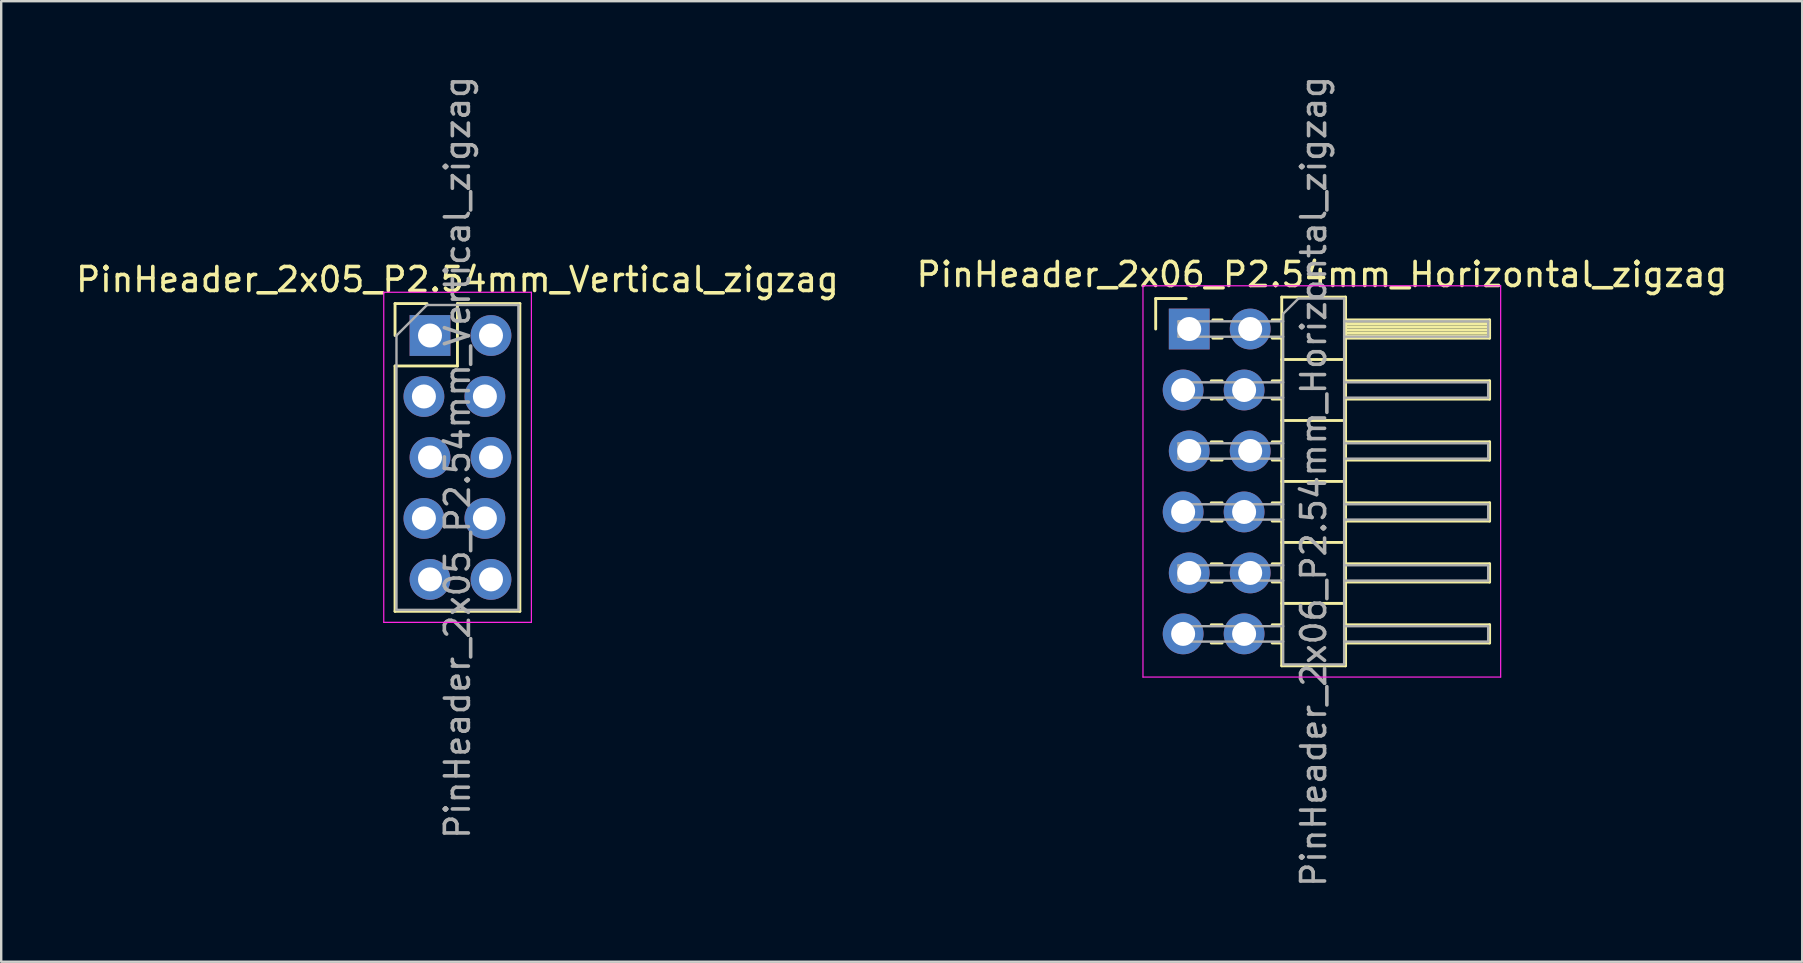
<source format=kicad_pcb>
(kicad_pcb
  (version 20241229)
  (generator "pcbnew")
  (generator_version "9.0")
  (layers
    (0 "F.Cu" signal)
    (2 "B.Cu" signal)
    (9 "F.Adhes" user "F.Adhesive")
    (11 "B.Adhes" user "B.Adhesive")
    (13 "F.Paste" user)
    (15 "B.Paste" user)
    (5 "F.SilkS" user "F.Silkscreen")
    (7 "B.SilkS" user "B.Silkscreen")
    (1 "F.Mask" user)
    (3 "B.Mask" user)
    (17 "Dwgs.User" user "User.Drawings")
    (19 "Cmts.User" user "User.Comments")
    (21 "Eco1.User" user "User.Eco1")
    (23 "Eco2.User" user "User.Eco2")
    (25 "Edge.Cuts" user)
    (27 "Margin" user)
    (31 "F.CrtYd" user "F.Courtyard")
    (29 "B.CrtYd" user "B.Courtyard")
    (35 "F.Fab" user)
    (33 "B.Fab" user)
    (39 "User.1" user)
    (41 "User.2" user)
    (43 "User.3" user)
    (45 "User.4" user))
  (footprint "PinHeader_2x06_P2.54mm_Horizontal_zigzag"
    (layer "F.Cu")
    (at 46.363 10.656)
    (property "Reference" "PinHeader_2x06_P2.54mm_Horizontal_zigzag" (at 5.655 -2.27 0) (layer "F.SilkS") (effects (font (size 1 1) (thickness 0.15))))
    (attr through_hole)
    (fp_line (start -1.27 -1.27) (end 0 -1.27) (stroke (width 0.12) (type solid)) (layer "F.SilkS"))
    (fp_line (start -1.27 0) (end -1.27 -1.27) (stroke (width 0.12) (type solid)) (layer "F.SilkS"))
    (fp_line (start 1.043 2.16) (end 1.497 2.16) (stroke (width 0.12) (type solid)) (layer "F.SilkS"))
    (fp_line (start 1.043 2.92) (end 1.497 2.92) (stroke (width 0.12) (type solid)) (layer "F.SilkS"))
    (fp_line (start 1.043 4.7) (end 1.497 4.7) (stroke (width 0.12) (type solid)) (layer "F.SilkS"))
    (fp_line (start 1.043 5.46) (end 1.497 5.46) (stroke (width 0.12) (type solid)) (layer "F.SilkS"))
    (fp_line (start 1.043 7.24) (end 1.497 7.24) (stroke (width 0.12) (type solid)) (layer "F.SilkS"))
    (fp_line (start 1.043 8) (end 1.497 8) (stroke (width 0.12) (type solid)) (layer "F.SilkS"))
    (fp_line (start 1.043 9.78) (end 1.497 9.78) (stroke (width 0.12) (type solid)) (layer "F.SilkS"))
    (fp_line (start 1.043 10.54) (end 1.497 10.54) (stroke (width 0.12) (type solid)) (layer "F.SilkS"))
    (fp_line (start 1.043 12.32) (end 1.497 12.32) (stroke (width 0.12) (type solid)) (layer "F.SilkS"))
    (fp_line (start 1.043 13.08) (end 1.497 13.08) (stroke (width 0.12) (type solid)) (layer "F.SilkS"))
    (fp_line (start 1.11 -0.38) (end 1.497 -0.38) (stroke (width 0.12) (type solid)) (layer "F.SilkS"))
    (fp_line (start 1.11 0.38) (end 1.497 0.38) (stroke (width 0.12) (type solid)) (layer "F.SilkS"))
    (fp_line (start 3.583 -0.38) (end 3.98 -0.38) (stroke (width 0.12) (type solid)) (layer "F.SilkS"))
    (fp_line (start 3.583 0.38) (end 3.98 0.38) (stroke (width 0.12) (type solid)) (layer "F.SilkS"))
    (fp_line (start 3.583 2.16) (end 3.98 2.16) (stroke (width 0.12) (type solid)) (layer "F.SilkS"))
    (fp_line (start 3.583 2.92) (end 3.98 2.92) (stroke (width 0.12) (type solid)) (layer "F.SilkS"))
    (fp_line (start 3.583 4.7) (end 3.98 4.7) (stroke (width 0.12) (type solid)) (layer "F.SilkS"))
    (fp_line (start 3.583 5.46) (end 3.98 5.46) (stroke (width 0.12) (type solid)) (layer "F.SilkS"))
    (fp_line (start 3.583 7.24) (end 3.98 7.24) (stroke (width 0.12) (type solid)) (layer "F.SilkS"))
    (fp_line (start 3.583 8) (end 3.98 8) (stroke (width 0.12) (type solid)) (layer "F.SilkS"))
    (fp_line (start 3.583 9.78) (end 3.98 9.78) (stroke (width 0.12) (type solid)) (layer "F.SilkS"))
    (fp_line (start 3.583 10.54) (end 3.98 10.54) (stroke (width 0.12) (type solid)) (layer "F.SilkS"))
    (fp_line (start 3.583 12.32) (end 3.98 12.32) (stroke (width 0.12) (type solid)) (layer "F.SilkS"))
    (fp_line (start 3.583 13.08) (end 3.98 13.08) (stroke (width 0.12) (type solid)) (layer "F.SilkS"))
    (fp_line (start 3.98 -1.33) (end 3.98 14.03) (stroke (width 0.12) (type solid)) (layer "F.SilkS"))
    (fp_line (start 3.98 1.27) (end 6.64 1.27) (stroke (width 0.12) (type solid)) (layer "F.SilkS"))
    (fp_line (start 3.98 3.81) (end 6.64 3.81) (stroke (width 0.12) (type solid)) (layer "F.SilkS"))
    (fp_line (start 3.98 6.35) (end 6.64 6.35) (stroke (width 0.12) (type solid)) (layer "F.SilkS"))
    (fp_line (start 3.98 8.89) (end 6.64 8.89) (stroke (width 0.12) (type solid)) (layer "F.SilkS"))
    (fp_line (start 3.98 11.43) (end 6.64 11.43) (stroke (width 0.12) (type solid)) (layer "F.SilkS"))
    (fp_line (start 3.98 14.03) (end 6.64 14.03) (stroke (width 0.12) (type solid)) (layer "F.SilkS"))
    (fp_line (start 6.64 -1.33) (end 3.98 -1.33) (stroke (width 0.12) (type solid)) (layer "F.SilkS"))
    (fp_line (start 6.64 -0.38) (end 12.64 -0.38) (stroke (width 0.12) (type solid)) (layer "F.SilkS"))
    (fp_line (start 6.64 -0.32) (end 12.64 -0.32) (stroke (width 0.12) (type solid)) (layer "F.SilkS"))
    (fp_line (start 6.64 -0.2) (end 12.64 -0.2) (stroke (width 0.12) (type solid)) (layer "F.SilkS"))
    (fp_line (start 6.64 -0.08) (end 12.64 -0.08) (stroke (width 0.12) (type solid)) (layer "F.SilkS"))
    (fp_line (start 6.64 0.04) (end 12.64 0.04) (stroke (width 0.12) (type solid)) (layer "F.SilkS"))
    (fp_line (start 6.64 0.16) (end 12.64 0.16) (stroke (width 0.12) (type solid)) (layer "F.SilkS"))
    (fp_line (start 6.64 0.28) (end 12.64 0.28) (stroke (width 0.12) (type solid)) (layer "F.SilkS"))
    (fp_line (start 6.64 2.16) (end 12.64 2.16) (stroke (width 0.12) (type solid)) (layer "F.SilkS"))
    (fp_line (start 6.64 4.7) (end 12.64 4.7) (stroke (width 0.12) (type solid)) (layer "F.SilkS"))
    (fp_line (start 6.64 7.24) (end 12.64 7.24) (stroke (width 0.12) (type solid)) (layer "F.SilkS"))
    (fp_line (start 6.64 9.78) (end 12.64 9.78) (stroke (width 0.12) (type solid)) (layer "F.SilkS"))
    (fp_line (start 6.64 12.32) (end 12.64 12.32) (stroke (width 0.12) (type solid)) (layer "F.SilkS"))
    (fp_line (start 6.64 14.03) (end 6.64 -1.33) (stroke (width 0.12) (type solid)) (layer "F.SilkS"))
    (fp_line (start 12.64 -0.38) (end 12.64 0.38) (stroke (width 0.12) (type solid)) (layer "F.SilkS"))
    (fp_line (start 12.64 0.38) (end 6.64 0.38) (stroke (width 0.12) (type solid)) (layer "F.SilkS"))
    (fp_line (start 12.64 2.16) (end 12.64 2.92) (stroke (width 0.12) (type solid)) (layer "F.SilkS"))
    (fp_line (start 12.64 2.92) (end 6.64 2.92) (stroke (width 0.12) (type solid)) (layer "F.SilkS"))
    (fp_line (start 12.64 4.7) (end 12.64 5.46) (stroke (width 0.12) (type solid)) (layer "F.SilkS"))
    (fp_line (start 12.64 5.46) (end 6.64 5.46) (stroke (width 0.12) (type solid)) (layer "F.SilkS"))
    (fp_line (start 12.64 7.24) (end 12.64 8) (stroke (width 0.12) (type solid)) (layer "F.SilkS"))
    (fp_line (start 12.64 8) (end 6.64 8) (stroke (width 0.12) (type solid)) (layer "F.SilkS"))
    (fp_line (start 12.64 9.78) (end 12.64 10.54) (stroke (width 0.12) (type solid)) (layer "F.SilkS"))
    (fp_line (start 12.64 10.54) (end 6.64 10.54) (stroke (width 0.12) (type solid)) (layer "F.SilkS"))
    (fp_line (start 12.64 12.32) (end 12.64 13.08) (stroke (width 0.12) (type solid)) (layer "F.SilkS"))
    (fp_line (start 12.64 13.08) (end 6.64 13.08) (stroke (width 0.12) (type solid)) (layer "F.SilkS"))
    (fp_line (start -1.8 -1.8) (end -1.8 14.5) (stroke (width 0.05) (type solid)) (layer "F.CrtYd"))
    (fp_line (start -1.8 14.5) (end 13.1 14.5) (stroke (width 0.05) (type solid)) (layer "F.CrtYd"))
    (fp_line (start 13.1 -1.8) (end -1.8 -1.8) (stroke (width 0.05) (type solid)) (layer "F.CrtYd"))
    (fp_line (start 13.1 14.5) (end 13.1 -1.8) (stroke (width 0.05) (type solid)) (layer "F.CrtYd"))
    (fp_line (start -0.32 -0.32) (end -0.32 0.32) (stroke (width 0.1) (type solid)) (layer "F.Fab"))
    (fp_line (start -0.32 -0.32) (end 4.04 -0.32) (stroke (width 0.1) (type solid)) (layer "F.Fab"))
    (fp_line (start -0.32 0.32) (end 4.04 0.32) (stroke (width 0.1) (type solid)) (layer "F.Fab"))
    (fp_line (start -0.32 2.22) (end -0.32 2.86) (stroke (width 0.1) (type solid)) (layer "F.Fab"))
    (fp_line (start -0.32 2.22) (end 4.04 2.22) (stroke (width 0.1) (type solid)) (layer "F.Fab"))
    (fp_line (start -0.32 2.86) (end 4.04 2.86) (stroke (width 0.1) (type solid)) (layer "F.Fab"))
    (fp_line (start -0.32 4.76) (end -0.32 5.4) (stroke (width 0.1) (type solid)) (layer "F.Fab"))
    (fp_line (start -0.32 4.76) (end 4.04 4.76) (stroke (width 0.1) (type solid)) (layer "F.Fab"))
    (fp_line (start -0.32 5.4) (end 4.04 5.4) (stroke (width 0.1) (type solid)) (layer "F.Fab"))
    (fp_line (start -0.32 7.3) (end -0.32 7.94) (stroke (width 0.1) (type solid)) (layer "F.Fab"))
    (fp_line (start -0.32 7.3) (end 4.04 7.3) (stroke (width 0.1) (type solid)) (layer "F.Fab"))
    (fp_line (start -0.32 7.94) (end 4.04 7.94) (stroke (width 0.1) (type solid)) (layer "F.Fab"))
    (fp_line (start -0.32 9.84) (end -0.32 10.48) (stroke (width 0.1) (type solid)) (layer "F.Fab"))
    (fp_line (start -0.32 9.84) (end 4.04 9.84) (stroke (width 0.1) (type solid)) (layer "F.Fab"))
    (fp_line (start -0.32 10.48) (end 4.04 10.48) (stroke (width 0.1) (type solid)) (layer "F.Fab"))
    (fp_line (start -0.32 12.38) (end -0.32 13.02) (stroke (width 0.1) (type solid)) (layer "F.Fab"))
    (fp_line (start -0.32 12.38) (end 4.04 12.38) (stroke (width 0.1) (type solid)) (layer "F.Fab"))
    (fp_line (start -0.32 13.02) (end 4.04 13.02) (stroke (width 0.1) (type solid)) (layer "F.Fab"))
    (fp_line (start 4.04 -0.635) (end 4.675 -1.27) (stroke (width 0.1) (type solid)) (layer "F.Fab"))
    (fp_line (start 4.04 13.97) (end 4.04 -0.635) (stroke (width 0.1) (type solid)) (layer "F.Fab"))
    (fp_line (start 4.675 -1.27) (end 6.58 -1.27) (stroke (width 0.1) (type solid)) (layer "F.Fab"))
    (fp_line (start 6.58 -1.27) (end 6.58 13.97) (stroke (width 0.1) (type solid)) (layer "F.Fab"))
    (fp_line (start 6.58 -0.32) (end 12.58 -0.32) (stroke (width 0.1) (type solid)) (layer "F.Fab"))
    (fp_line (start 6.58 0.32) (end 12.58 0.32) (stroke (width 0.1) (type solid)) (layer "F.Fab"))
    (fp_line (start 6.58 2.22) (end 12.58 2.22) (stroke (width 0.1) (type solid)) (layer "F.Fab"))
    (fp_line (start 6.58 2.86) (end 12.58 2.86) (stroke (width 0.1) (type solid)) (layer "F.Fab"))
    (fp_line (start 6.58 4.76) (end 12.58 4.76) (stroke (width 0.1) (type solid)) (layer "F.Fab"))
    (fp_line (start 6.58 5.4) (end 12.58 5.4) (stroke (width 0.1) (type solid)) (layer "F.Fab"))
    (fp_line (start 6.58 7.3) (end 12.58 7.3) (stroke (width 0.1) (type solid)) (layer "F.Fab"))
    (fp_line (start 6.58 7.94) (end 12.58 7.94) (stroke (width 0.1) (type solid)) (layer "F.Fab"))
    (fp_line (start 6.58 9.84) (end 12.58 9.84) (stroke (width 0.1) (type solid)) (layer "F.Fab"))
    (fp_line (start 6.58 10.48) (end 12.58 10.48) (stroke (width 0.1) (type solid)) (layer "F.Fab"))
    (fp_line (start 6.58 12.38) (end 12.58 12.38) (stroke (width 0.1) (type solid)) (layer "F.Fab"))
    (fp_line (start 6.58 13.02) (end 12.58 13.02) (stroke (width 0.1) (type solid)) (layer "F.Fab"))
    (fp_line (start 6.58 13.97) (end 4.04 13.97) (stroke (width 0.1) (type solid)) (layer "F.Fab"))
    (fp_line (start 12.58 -0.32) (end 12.58 0.32) (stroke (width 0.1) (type solid)) (layer "F.Fab"))
    (fp_line (start 12.58 2.22) (end 12.58 2.86) (stroke (width 0.1) (type solid)) (layer "F.Fab"))
    (fp_line (start 12.58 4.76) (end 12.58 5.4) (stroke (width 0.1) (type solid)) (layer "F.Fab"))
    (fp_line (start 12.58 7.3) (end 12.58 7.94) (stroke (width 0.1) (type solid)) (layer "F.Fab"))
    (fp_line (start 12.58 9.84) (end 12.58 10.48) (stroke (width 0.1) (type solid)) (layer "F.Fab"))
    (fp_line (start 12.58 12.38) (end 12.58 13.02) (stroke (width 0.1) (type solid)) (layer "F.Fab"))
    (fp_text user "${REFERENCE}" (at 5.31 6.35 90) (layer "F.Fab") (effects (font (size 1 1) (thickness 0.15))))
    (pad "1" thru_hole rect (at 0.127 0) (size 1.7 1.7) (drill 1) (layers "*.Cu" "*.Mask"))
    (pad "2" thru_hole oval (at 2.667 0) (size 1.7 1.7) (drill 1) (layers "*.Cu" "*.Mask"))
    (pad "3" thru_hole oval (at -0.127 2.54) (size 1.7 1.7) (drill 1) (layers "*.Cu" "*.Mask"))
    (pad "4" thru_hole oval (at 2.413 2.54) (size 1.7 1.7) (drill 1) (layers "*.Cu" "*.Mask"))
    (pad "5" thru_hole oval (at 0.127 5.08) (size 1.7 1.7) (drill 1) (layers "*.Cu" "*.Mask"))
    (pad "6" thru_hole oval (at 2.667 5.08) (size 1.7 1.7) (drill 1) (layers "*.Cu" "*.Mask"))
    (pad "7" thru_hole oval (at -0.127 7.62) (size 1.7 1.7) (drill 1) (layers "*.Cu" "*.Mask"))
    (pad "8" thru_hole oval (at 2.413 7.62) (size 1.7 1.7) (drill 1) (layers "*.Cu" "*.Mask"))
    (pad "9" thru_hole oval (at 0.127 10.16) (size 1.7 1.7) (drill 1) (layers "*.Cu" "*.Mask"))
    (pad "10" thru_hole oval (at 2.667 10.16) (size 1.7 1.7) (drill 1) (layers "*.Cu" "*.Mask"))
    (pad "11" thru_hole oval (at -0.127 12.7) (size 1.7 1.7) (drill 1) (layers "*.Cu" "*.Mask"))
    (pad "12" thru_hole oval (at 2.413 12.7) (size 1.7 1.7) (drill 1) (layers "*.Cu" "*.Mask")))
  (footprint "PinHeader_2x05_P2.54mm_Vertical_zigzag"
    (layer "F.Cu")
    (at 14.736 10.926)
    (property "Reference" "PinHeader_2x05_P2.54mm_Vertical_zigzag" (at 1.27 -2.33 0) (layer "F.SilkS") (effects (font (size 1 1) (thickness 0.15))))
    (attr through_hole)
    (fp_line (start -1.33 -1.33) (end 0 -1.33) (stroke (width 0.12) (type solid)) (layer "F.SilkS"))
    (fp_line (start -1.33 0) (end -1.33 -1.33) (stroke (width 0.12) (type solid)) (layer "F.SilkS"))
    (fp_line (start -1.33 1.27) (end -1.33 11.49) (stroke (width 0.12) (type solid)) (layer "F.SilkS"))
    (fp_line (start -1.33 1.27) (end 1.27 1.27) (stroke (width 0.12) (type solid)) (layer "F.SilkS"))
    (fp_line (start -1.33 11.49) (end 3.87 11.49) (stroke (width 0.12) (type solid)) (layer "F.SilkS"))
    (fp_line (start 1.27 -1.33) (end 3.87 -1.33) (stroke (width 0.12) (type solid)) (layer "F.SilkS"))
    (fp_line (start 1.27 1.27) (end 1.27 -1.33) (stroke (width 0.12) (type solid)) (layer "F.SilkS"))
    (fp_line (start 3.87 -1.33) (end 3.87 11.49) (stroke (width 0.12) (type solid)) (layer "F.SilkS"))
    (fp_line (start -1.8 -1.8) (end -1.8 11.95) (stroke (width 0.05) (type solid)) (layer "F.CrtYd"))
    (fp_line (start -1.8 11.95) (end 4.35 11.95) (stroke (width 0.05) (type solid)) (layer "F.CrtYd"))
    (fp_line (start 4.35 -1.8) (end -1.8 -1.8) (stroke (width 0.05) (type solid)) (layer "F.CrtYd"))
    (fp_line (start 4.35 11.95) (end 4.35 -1.8) (stroke (width 0.05) (type solid)) (layer "F.CrtYd"))
    (fp_line (start -1.27 0) (end 0 -1.27) (stroke (width 0.1) (type solid)) (layer "F.Fab"))
    (fp_line (start -1.27 11.43) (end -1.27 0) (stroke (width 0.1) (type solid)) (layer "F.Fab"))
    (fp_line (start 0 -1.27) (end 3.81 -1.27) (stroke (width 0.1) (type solid)) (layer "F.Fab"))
    (fp_line (start 3.81 -1.27) (end 3.81 11.43) (stroke (width 0.1) (type solid)) (layer "F.Fab"))
    (fp_line (start 3.81 11.43) (end -1.27 11.43) (stroke (width 0.1) (type solid)) (layer "F.Fab"))
    (fp_text user "${REFERENCE}" (at 1.27 5.08 90) (layer "F.Fab") (effects (font (size 1 1) (thickness 0.15))))
    (pad "1" thru_hole rect (at 0.127 0) (size 1.7 1.7) (drill 1) (layers "*.Cu" "*.Mask"))
    (pad "2" thru_hole oval (at 2.667 0) (size 1.7 1.7) (drill 1) (layers "*.Cu" "*.Mask"))
    (pad "3" thru_hole oval (at -0.127 2.54) (size 1.7 1.7) (drill 1) (layers "*.Cu" "*.Mask"))
    (pad "4" thru_hole oval (at 2.413 2.54) (size 1.7 1.7) (drill 1) (layers "*.Cu" "*.Mask"))
    (pad "5" thru_hole oval (at 0.127 5.08) (size 1.7 1.7) (drill 1) (layers "*.Cu" "*.Mask"))
    (pad "6" thru_hole oval (at 2.667 5.08) (size 1.7 1.7) (drill 1) (layers "*.Cu" "*.Mask"))
    (pad "7" thru_hole oval (at -0.127 7.62) (size 1.7 1.7) (drill 1) (layers "*.Cu" "*.Mask"))
    (pad "8" thru_hole oval (at 2.413 7.62) (size 1.7 1.7) (drill 1) (layers "*.Cu" "*.Mask"))
    (pad "9" thru_hole oval (at 0.127 10.16) (size 1.7 1.7) (drill 1) (layers "*.Cu" "*.Mask"))
    (pad "10" thru_hole oval (at 2.667 10.16) (size 1.7 1.7) (drill 1) (layers "*.Cu" "*.Mask")))
  (gr_rect
    (start -3 -3)
    (end 72.024 37.012)
    (stroke (width 0.1) (type default))
    (fill no)
    (layer "Edge.Cuts")))
</source>
